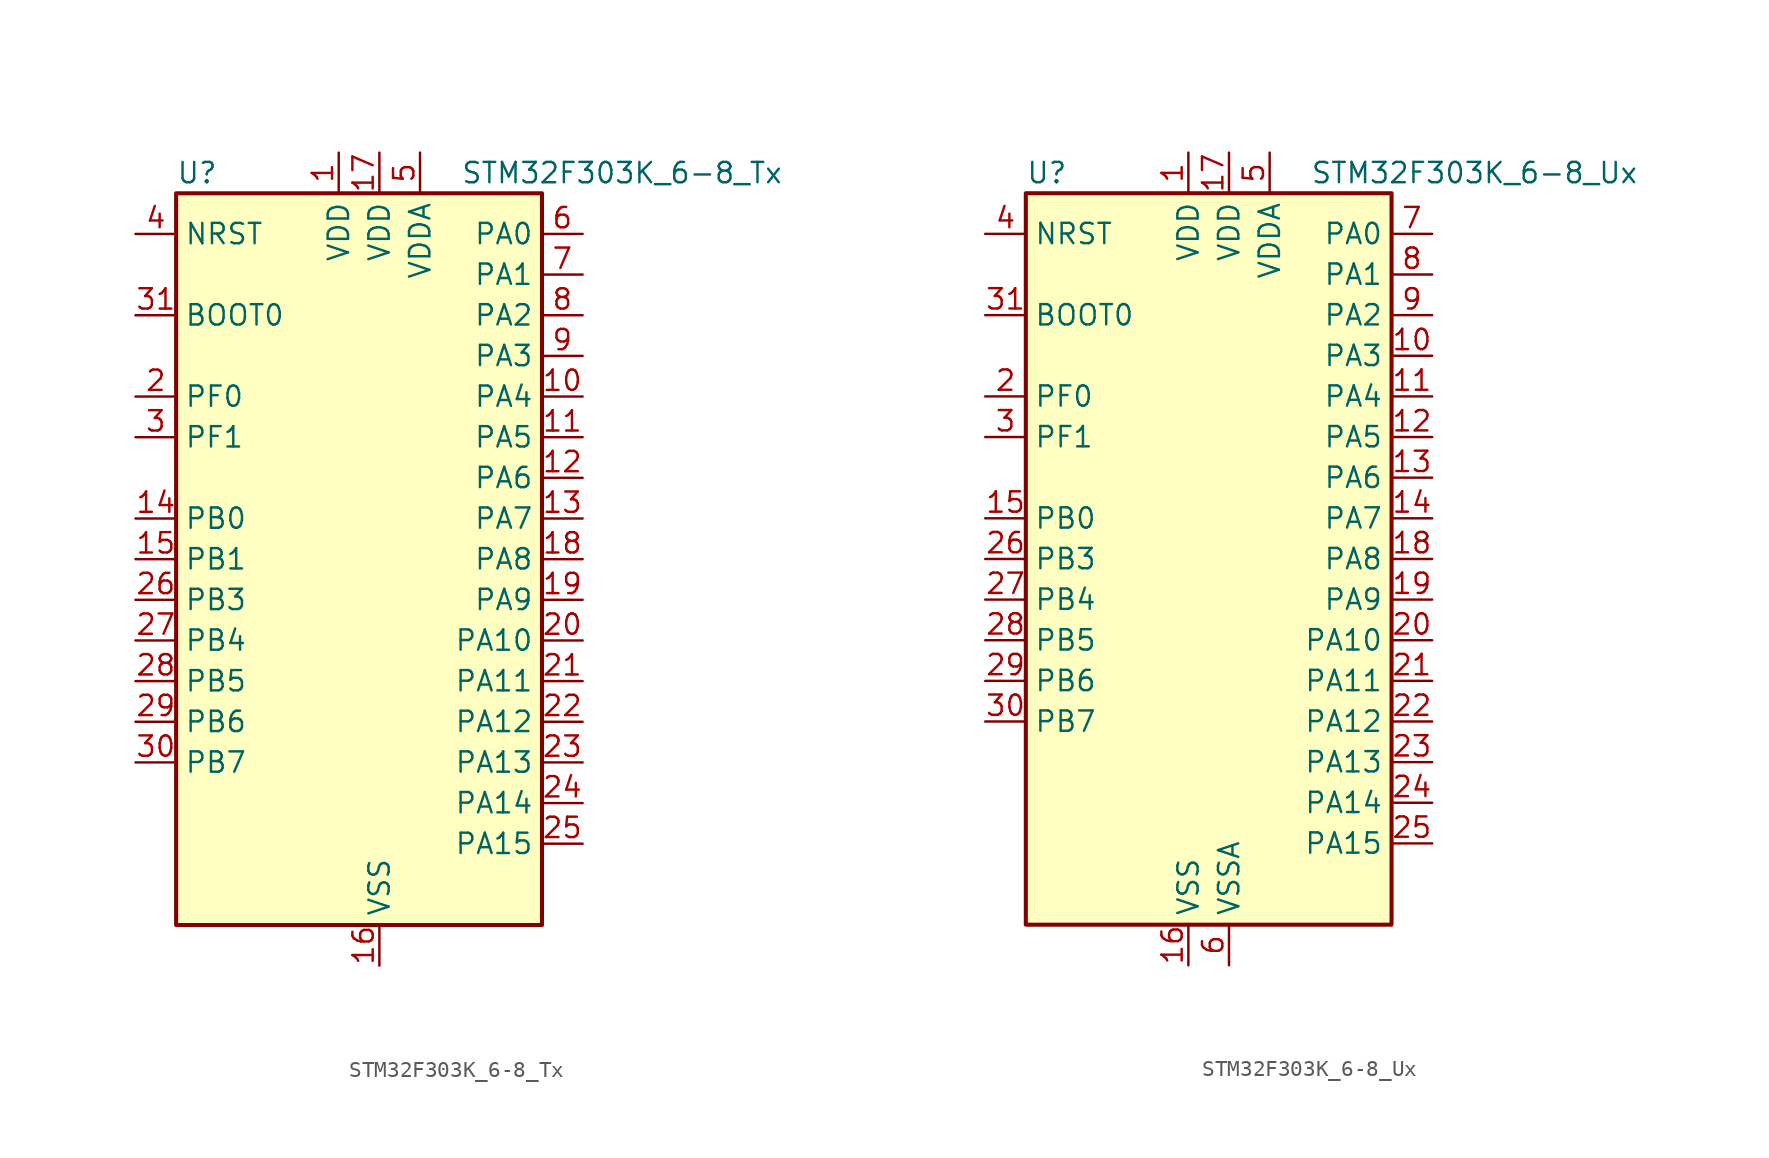
<source format=kicad_sym>
(kicad_symbol_lib
  (version 20231120)
  (generator "kicad_symbol_editor")
  (generator_version "8.0")
  (symbol "STM32F303K_6-8_Tx"
    (property "Reference" "U"
      (at -10.16 24.13 0)
      (effects (font (size 1.27 1.27)) (justify left)))
    (property "Value" "STM32F303K_6-8_Tx"
      (at 7.62 24.13 0)
      (effects (font (size 1.27 1.27)) (justify left)))
    (property "ki_locked" ""
      (at 0 0 0)
      (effects (font (size 1.27 1.27))))
    (symbol "STM32F303K_6-8_Tx_0_1"
      (rectangle (start -10.16 -22.86) (end 12.7 22.86) (stroke (width 0.254) (type default)) (fill (type background))))
    (symbol "STM32F303K_6-8_Tx_1_1"
      (pin power_in line (at 0 25.4 270) (length 2.54) (name "VDD" (effects (font (size 1.27 1.27)))) (number "1" (effects (font (size 1.27 1.27)))))
      (pin bidirectional line (at 15.24 10.16 180) (length 2.54) (name "PA4" (effects (font (size 1.27 1.27)))) (number "10" (effects (font (size 1.27 1.27)))) (alternate "ADC2_IN1" bidirectional line) (alternate "COMP2_INM" bidirectional line) (alternate "COMP4_INM" bidirectional line) (alternate "DAC1_OUT1" bidirectional line) (alternate "SPI1_NSS" bidirectional line) (alternate "TIM3_CH2" bidirectional line) (alternate "TSC_G2_IO1" bidirectional line) (alternate "USART2_CK" bidirectional line))
      (pin bidirectional line (at 15.24 7.62 180) (length 2.54) (name "PA5" (effects (font (size 1.27 1.27)))) (number "11" (effects (font (size 1.27 1.27)))) (alternate "ADC2_IN2" bidirectional line) (alternate "DAC1_OUT2" bidirectional line) (alternate "OPAMP2_VINM" bidirectional line) (alternate "OPAMP2_VINM_SEC" bidirectional line) (alternate "SPI1_SCK" bidirectional line) (alternate "TIM2_CH1" bidirectional line) (alternate "TIM2_ETR" bidirectional line) (alternate "TSC_G2_IO2" bidirectional line))
      (pin bidirectional line (at 15.24 5.08 180) (length 2.54) (name "PA6" (effects (font (size 1.27 1.27)))) (number "12" (effects (font (size 1.27 1.27)))) (alternate "ADC2_IN3" bidirectional line) (alternate "DAC2_OUT1" bidirectional line) (alternate "OPAMP2_VOUT" bidirectional line) (alternate "SPI1_MISO" bidirectional line) (alternate "TIM16_CH1" bidirectional line) (alternate "TIM1_BKIN" bidirectional line) (alternate "TIM3_CH1" bidirectional line) (alternate "TSC_G2_IO3" bidirectional line))
      (pin bidirectional line (at 15.24 2.54 180) (length 2.54) (name "PA7" (effects (font (size 1.27 1.27)))) (number "13" (effects (font (size 1.27 1.27)))) (alternate "ADC2_IN4" bidirectional line) (alternate "COMP2_INP" bidirectional line) (alternate "OPAMP2_VINP" bidirectional line) (alternate "OPAMP2_VINP_SEC" bidirectional line) (alternate "SPI1_MOSI" bidirectional line) (alternate "TIM17_CH1" bidirectional line) (alternate "TIM1_CH1N" bidirectional line) (alternate "TIM3_CH2" bidirectional line) (alternate "TSC_G2_IO4" bidirectional line))
      (pin bidirectional line (at -12.7 2.54 0) (length 2.54) (name "PB0" (effects (font (size 1.27 1.27)))) (number "14" (effects (font (size 1.27 1.27)))) (alternate "ADC1_IN11" bidirectional line) (alternate "COMP4_INP" bidirectional line) (alternate "OPAMP2_VINP" bidirectional line) (alternate "OPAMP2_VINP_SEC" bidirectional line) (alternate "TIM1_CH2N" bidirectional line) (alternate "TIM3_CH3" bidirectional line) (alternate "TSC_G3_IO2" bidirectional line))
      (pin bidirectional line (at -12.7 0 0) (length 2.54) (name "PB1" (effects (font (size 1.27 1.27)))) (number "15" (effects (font (size 1.27 1.27)))) (alternate "ADC1_IN12" bidirectional line) (alternate "COMP4_OUT" bidirectional line) (alternate "TIM1_CH3N" bidirectional line) (alternate "TIM3_CH4" bidirectional line) (alternate "TSC_G3_IO3" bidirectional line))
      (pin power_in line (at 2.54 -25.4 90) (length 2.54) (name "VSS" (effects (font (size 1.27 1.27)))) (number "16" (effects (font (size 1.27 1.27)))))
      (pin power_in line (at 2.54 25.4 270) (length 2.54) (name "VDD" (effects (font (size 1.27 1.27)))) (number "17" (effects (font (size 1.27 1.27)))))
      (pin bidirectional line (at 15.24 0 180) (length 2.54) (name "PA8" (effects (font (size 1.27 1.27)))) (number "18" (effects (font (size 1.27 1.27)))) (alternate "RCC_MCO" bidirectional line) (alternate "TIM1_CH1" bidirectional line) (alternate "USART1_CK" bidirectional line))
      (pin bidirectional line (at 15.24 -2.54 180) (length 2.54) (name "PA9" (effects (font (size 1.27 1.27)))) (number "19" (effects (font (size 1.27 1.27)))) (alternate "DAC1_EXTI9" bidirectional line) (alternate "DAC2_EXTI9" bidirectional line) (alternate "TIM15_BKIN" bidirectional line) (alternate "TIM1_CH2" bidirectional line) (alternate "TIM2_CH3" bidirectional line) (alternate "TSC_G4_IO1" bidirectional line) (alternate "USART1_TX" bidirectional line))
      (pin bidirectional line (at -12.7 10.16 0) (length 2.54) (name "PF0" (effects (font (size 1.27 1.27)))) (number "2" (effects (font (size 1.27 1.27)))) (alternate "RCC_OSC_IN" bidirectional line) (alternate "TIM1_CH3N" bidirectional line))
      (pin bidirectional line (at 15.24 -5.08 180) (length 2.54) (name "PA10" (effects (font (size 1.27 1.27)))) (number "20" (effects (font (size 1.27 1.27)))) (alternate "TIM17_BKIN" bidirectional line) (alternate "TIM1_CH3" bidirectional line) (alternate "TIM2_CH4" bidirectional line) (alternate "TSC_G4_IO2" bidirectional line) (alternate "USART1_RX" bidirectional line))
      (pin bidirectional line (at 15.24 -7.62 180) (length 2.54) (name "PA11" (effects (font (size 1.27 1.27)))) (number "21" (effects (font (size 1.27 1.27)))) (alternate "CAN_RX" bidirectional line) (alternate "TIM1_BKIN2" bidirectional line) (alternate "TIM1_CH1N" bidirectional line) (alternate "TIM1_CH4" bidirectional line) (alternate "USART1_CTS" bidirectional line))
      (pin bidirectional line (at 15.24 -10.16 180) (length 2.54) (name "PA12" (effects (font (size 1.27 1.27)))) (number "22" (effects (font (size 1.27 1.27)))) (alternate "CAN_TX" bidirectional line) (alternate "COMP2_OUT" bidirectional line) (alternate "TIM16_CH1" bidirectional line) (alternate "TIM1_CH2N" bidirectional line) (alternate "TIM1_ETR" bidirectional line) (alternate "USART1_DE" bidirectional line) (alternate "USART1_RTS" bidirectional line))
      (pin bidirectional line (at 15.24 -12.7 180) (length 2.54) (name "PA13" (effects (font (size 1.27 1.27)))) (number "23" (effects (font (size 1.27 1.27)))) (alternate "IR_OUT" bidirectional line) (alternate "SYS_JTMS-SWDIO" bidirectional line) (alternate "TIM16_CH1N" bidirectional line) (alternate "TSC_G4_IO3" bidirectional line))
      (pin bidirectional line (at 15.24 -15.24 180) (length 2.54) (name "PA14" (effects (font (size 1.27 1.27)))) (number "24" (effects (font (size 1.27 1.27)))) (alternate "I2C1_SDA" bidirectional line) (alternate "SYS_JTCK-SWCLK" bidirectional line) (alternate "TIM1_BKIN" bidirectional line) (alternate "TSC_G4_IO4" bidirectional line) (alternate "USART2_TX" bidirectional line))
      (pin bidirectional line (at 15.24 -17.78 180) (length 2.54) (name "PA15" (effects (font (size 1.27 1.27)))) (number "25" (effects (font (size 1.27 1.27)))) (alternate "I2C1_SCL" bidirectional line) (alternate "SPI1_NSS" bidirectional line) (alternate "SYS_JTDI" bidirectional line) (alternate "TIM1_BKIN" bidirectional line) (alternate "TIM2_CH1" bidirectional line) (alternate "TIM2_ETR" bidirectional line) (alternate "TSC_SYNC" bidirectional line) (alternate "USART2_RX" bidirectional line))
      (pin bidirectional line (at -12.7 -2.54 0) (length 2.54) (name "PB3" (effects (font (size 1.27 1.27)))) (number "26" (effects (font (size 1.27 1.27)))) (alternate "SPI1_SCK" bidirectional line) (alternate "SYS_JTDO-TRACESWO" bidirectional line) (alternate "TIM2_CH2" bidirectional line) (alternate "TIM3_ETR" bidirectional line) (alternate "TSC_G5_IO1" bidirectional line) (alternate "USART2_TX" bidirectional line))
      (pin bidirectional line (at -12.7 -5.08 0) (length 2.54) (name "PB4" (effects (font (size 1.27 1.27)))) (number "27" (effects (font (size 1.27 1.27)))) (alternate "SPI1_MISO" bidirectional line) (alternate "SYS_NJTRST" bidirectional line) (alternate "TIM16_CH1" bidirectional line) (alternate "TIM17_BKIN" bidirectional line) (alternate "TIM3_CH1" bidirectional line) (alternate "TSC_G5_IO2" bidirectional line) (alternate "USART2_RX" bidirectional line))
      (pin bidirectional line (at -12.7 -7.62 0) (length 2.54) (name "PB5" (effects (font (size 1.27 1.27)))) (number "28" (effects (font (size 1.27 1.27)))) (alternate "I2C1_SMBA" bidirectional line) (alternate "SPI1_MOSI" bidirectional line) (alternate "TIM16_BKIN" bidirectional line) (alternate "TIM17_CH1" bidirectional line) (alternate "TIM3_CH2" bidirectional line) (alternate "USART2_CK" bidirectional line))
      (pin bidirectional line (at -12.7 -10.16 0) (length 2.54) (name "PB6" (effects (font (size 1.27 1.27)))) (number "29" (effects (font (size 1.27 1.27)))) (alternate "I2C1_SCL" bidirectional line) (alternate "TIM16_CH1N" bidirectional line) (alternate "TSC_G5_IO3" bidirectional line) (alternate "USART1_TX" bidirectional line))
      (pin bidirectional line (at -12.7 7.62 0) (length 2.54) (name "PF1" (effects (font (size 1.27 1.27)))) (number "3" (effects (font (size 1.27 1.27)))) (alternate "RCC_OSC_OUT" bidirectional line))
      (pin bidirectional line (at -12.7 -12.7 0) (length 2.54) (name "PB7" (effects (font (size 1.27 1.27)))) (number "30" (effects (font (size 1.27 1.27)))) (alternate "I2C1_SDA" bidirectional line) (alternate "TIM17_CH1N" bidirectional line) (alternate "TIM3_CH4" bidirectional line) (alternate "TSC_G5_IO4" bidirectional line) (alternate "USART1_RX" bidirectional line))
      (pin input line (at -12.7 15.24 0) (length 2.54) (name "BOOT0" (effects (font (size 1.27 1.27)))) (number "31" (effects (font (size 1.27 1.27)))))
      (pin passive line (at 2.54 -25.4 90) (length 2.54) hide (name "VSS" (effects (font (size 1.27 1.27)))) (number "32" (effects (font (size 1.27 1.27)))))
      (pin input line (at -12.7 20.32 0) (length 2.54) (name "NRST" (effects (font (size 1.27 1.27)))) (number "4" (effects (font (size 1.27 1.27)))))
      (pin power_in line (at 5.08 25.4 270) (length 2.54) (name "VDDA" (effects (font (size 1.27 1.27)))) (number "5" (effects (font (size 1.27 1.27)))))
      (pin bidirectional line (at 15.24 20.32 180) (length 2.54) (name "PA0" (effects (font (size 1.27 1.27)))) (number "6" (effects (font (size 1.27 1.27)))) (alternate "ADC1_IN1" bidirectional line) (alternate "RTC_TAMP2" bidirectional line) (alternate "SYS_WKUP1" bidirectional line) (alternate "TIM2_CH1" bidirectional line) (alternate "TIM2_ETR" bidirectional line) (alternate "TSC_G1_IO1" bidirectional line) (alternate "USART2_CTS" bidirectional line))
      (pin bidirectional line (at 15.24 17.78 180) (length 2.54) (name "PA1" (effects (font (size 1.27 1.27)))) (number "7" (effects (font (size 1.27 1.27)))) (alternate "ADC1_IN2" bidirectional line) (alternate "RTC_REFIN" bidirectional line) (alternate "TIM15_CH1N" bidirectional line) (alternate "TIM2_CH2" bidirectional line) (alternate "TSC_G1_IO2" bidirectional line) (alternate "USART2_DE" bidirectional line) (alternate "USART2_RTS" bidirectional line))
      (pin bidirectional line (at 15.24 15.24 180) (length 2.54) (name "PA2" (effects (font (size 1.27 1.27)))) (number "8" (effects (font (size 1.27 1.27)))) (alternate "ADC1_IN3" bidirectional line) (alternate "COMP2_INM" bidirectional line) (alternate "COMP2_OUT" bidirectional line) (alternate "TIM15_CH1" bidirectional line) (alternate "TIM2_CH3" bidirectional line) (alternate "TSC_G1_IO3" bidirectional line) (alternate "USART2_TX" bidirectional line))
      (pin bidirectional line (at 15.24 12.7 180) (length 2.54) (name "PA3" (effects (font (size 1.27 1.27)))) (number "9" (effects (font (size 1.27 1.27)))) (alternate "ADC1_IN4" bidirectional line) (alternate "TIM15_CH2" bidirectional line) (alternate "TIM2_CH4" bidirectional line) (alternate "TSC_G1_IO4" bidirectional line) (alternate "USART2_RX" bidirectional line))))
  (symbol "STM32F303K_6-8_Ux"
    (property "Reference" "U"
      (at -10.16 24.13 0)
      (effects (font (size 1.27 1.27)) (justify left)))
    (property "Value" "STM32F303K_6-8_Ux"
      (at 7.62 24.13 0)
      (effects (font (size 1.27 1.27)) (justify left)))
    (property "ki_locked" ""
      (at 0 0 0)
      (effects (font (size 1.27 1.27))))
    (symbol "STM32F303K_6-8_Ux_0_1"
      (rectangle (start -10.16 -22.86) (end 12.7 22.86) (stroke (width 0.254) (type default)) (fill (type background))))
    (symbol "STM32F303K_6-8_Ux_1_1"
      (pin power_in line (at 0 25.4 270) (length 2.54) (name "VDD" (effects (font (size 1.27 1.27)))) (number "1" (effects (font (size 1.27 1.27)))))
      (pin bidirectional line (at 15.24 12.7 180) (length 2.54) (name "PA3" (effects (font (size 1.27 1.27)))) (number "10" (effects (font (size 1.27 1.27)))) (alternate "ADC1_IN4" bidirectional line) (alternate "TIM15_CH2" bidirectional line) (alternate "TIM2_CH4" bidirectional line) (alternate "TSC_G1_IO4" bidirectional line) (alternate "USART2_RX" bidirectional line))
      (pin bidirectional line (at 15.24 10.16 180) (length 2.54) (name "PA4" (effects (font (size 1.27 1.27)))) (number "11" (effects (font (size 1.27 1.27)))) (alternate "ADC2_IN1" bidirectional line) (alternate "COMP2_INM" bidirectional line) (alternate "COMP4_INM" bidirectional line) (alternate "DAC1_OUT1" bidirectional line) (alternate "SPI1_NSS" bidirectional line) (alternate "TIM3_CH2" bidirectional line) (alternate "TSC_G2_IO1" bidirectional line) (alternate "USART2_CK" bidirectional line))
      (pin bidirectional line (at 15.24 7.62 180) (length 2.54) (name "PA5" (effects (font (size 1.27 1.27)))) (number "12" (effects (font (size 1.27 1.27)))) (alternate "ADC2_IN2" bidirectional line) (alternate "DAC1_OUT2" bidirectional line) (alternate "OPAMP2_VINM" bidirectional line) (alternate "OPAMP2_VINM_SEC" bidirectional line) (alternate "SPI1_SCK" bidirectional line) (alternate "TIM2_CH1" bidirectional line) (alternate "TIM2_ETR" bidirectional line) (alternate "TSC_G2_IO2" bidirectional line))
      (pin bidirectional line (at 15.24 5.08 180) (length 2.54) (name "PA6" (effects (font (size 1.27 1.27)))) (number "13" (effects (font (size 1.27 1.27)))) (alternate "ADC2_IN3" bidirectional line) (alternate "DAC2_OUT1" bidirectional line) (alternate "OPAMP2_VOUT" bidirectional line) (alternate "SPI1_MISO" bidirectional line) (alternate "TIM16_CH1" bidirectional line) (alternate "TIM1_BKIN" bidirectional line) (alternate "TIM3_CH1" bidirectional line) (alternate "TSC_G2_IO3" bidirectional line))
      (pin bidirectional line (at 15.24 2.54 180) (length 2.54) (name "PA7" (effects (font (size 1.27 1.27)))) (number "14" (effects (font (size 1.27 1.27)))) (alternate "ADC2_IN4" bidirectional line) (alternate "COMP2_INP" bidirectional line) (alternate "OPAMP2_VINP" bidirectional line) (alternate "OPAMP2_VINP_SEC" bidirectional line) (alternate "SPI1_MOSI" bidirectional line) (alternate "TIM17_CH1" bidirectional line) (alternate "TIM1_CH1N" bidirectional line) (alternate "TIM3_CH2" bidirectional line) (alternate "TSC_G2_IO4" bidirectional line))
      (pin bidirectional line (at -12.7 2.54 0) (length 2.54) (name "PB0" (effects (font (size 1.27 1.27)))) (number "15" (effects (font (size 1.27 1.27)))) (alternate "ADC1_IN11" bidirectional line) (alternate "COMP4_INP" bidirectional line) (alternate "OPAMP2_VINP" bidirectional line) (alternate "OPAMP2_VINP_SEC" bidirectional line) (alternate "TIM1_CH2N" bidirectional line) (alternate "TIM3_CH3" bidirectional line) (alternate "TSC_G3_IO2" bidirectional line))
      (pin power_in line (at 0 -25.4 90) (length 2.54) (name "VSS" (effects (font (size 1.27 1.27)))) (number "16" (effects (font (size 1.27 1.27)))))
      (pin power_in line (at 2.54 25.4 270) (length 2.54) (name "VDD" (effects (font (size 1.27 1.27)))) (number "17" (effects (font (size 1.27 1.27)))))
      (pin bidirectional line (at 15.24 0 180) (length 2.54) (name "PA8" (effects (font (size 1.27 1.27)))) (number "18" (effects (font (size 1.27 1.27)))) (alternate "RCC_MCO" bidirectional line) (alternate "TIM1_CH1" bidirectional line) (alternate "USART1_CK" bidirectional line))
      (pin bidirectional line (at 15.24 -2.54 180) (length 2.54) (name "PA9" (effects (font (size 1.27 1.27)))) (number "19" (effects (font (size 1.27 1.27)))) (alternate "DAC1_EXTI9" bidirectional line) (alternate "DAC2_EXTI9" bidirectional line) (alternate "TIM15_BKIN" bidirectional line) (alternate "TIM1_CH2" bidirectional line) (alternate "TIM2_CH3" bidirectional line) (alternate "TSC_G4_IO1" bidirectional line) (alternate "USART1_TX" bidirectional line))
      (pin bidirectional line (at -12.7 10.16 0) (length 2.54) (name "PF0" (effects (font (size 1.27 1.27)))) (number "2" (effects (font (size 1.27 1.27)))) (alternate "RCC_OSC_IN" bidirectional line) (alternate "TIM1_CH3N" bidirectional line))
      (pin bidirectional line (at 15.24 -5.08 180) (length 2.54) (name "PA10" (effects (font (size 1.27 1.27)))) (number "20" (effects (font (size 1.27 1.27)))) (alternate "TIM17_BKIN" bidirectional line) (alternate "TIM1_CH3" bidirectional line) (alternate "TIM2_CH4" bidirectional line) (alternate "TSC_G4_IO2" bidirectional line) (alternate "USART1_RX" bidirectional line))
      (pin bidirectional line (at 15.24 -7.62 180) (length 2.54) (name "PA11" (effects (font (size 1.27 1.27)))) (number "21" (effects (font (size 1.27 1.27)))) (alternate "CAN_RX" bidirectional line) (alternate "TIM1_BKIN2" bidirectional line) (alternate "TIM1_CH1N" bidirectional line) (alternate "TIM1_CH4" bidirectional line) (alternate "USART1_CTS" bidirectional line))
      (pin bidirectional line (at 15.24 -10.16 180) (length 2.54) (name "PA12" (effects (font (size 1.27 1.27)))) (number "22" (effects (font (size 1.27 1.27)))) (alternate "CAN_TX" bidirectional line) (alternate "COMP2_OUT" bidirectional line) (alternate "TIM16_CH1" bidirectional line) (alternate "TIM1_CH2N" bidirectional line) (alternate "TIM1_ETR" bidirectional line) (alternate "USART1_DE" bidirectional line) (alternate "USART1_RTS" bidirectional line))
      (pin bidirectional line (at 15.24 -12.7 180) (length 2.54) (name "PA13" (effects (font (size 1.27 1.27)))) (number "23" (effects (font (size 1.27 1.27)))) (alternate "IR_OUT" bidirectional line) (alternate "SYS_JTMS-SWDIO" bidirectional line) (alternate "TIM16_CH1N" bidirectional line) (alternate "TSC_G4_IO3" bidirectional line))
      (pin bidirectional line (at 15.24 -15.24 180) (length 2.54) (name "PA14" (effects (font (size 1.27 1.27)))) (number "24" (effects (font (size 1.27 1.27)))) (alternate "I2C1_SDA" bidirectional line) (alternate "SYS_JTCK-SWCLK" bidirectional line) (alternate "TIM1_BKIN" bidirectional line) (alternate "TSC_G4_IO4" bidirectional line) (alternate "USART2_TX" bidirectional line))
      (pin bidirectional line (at 15.24 -17.78 180) (length 2.54) (name "PA15" (effects (font (size 1.27 1.27)))) (number "25" (effects (font (size 1.27 1.27)))) (alternate "I2C1_SCL" bidirectional line) (alternate "SPI1_NSS" bidirectional line) (alternate "SYS_JTDI" bidirectional line) (alternate "TIM1_BKIN" bidirectional line) (alternate "TIM2_CH1" bidirectional line) (alternate "TIM2_ETR" bidirectional line) (alternate "TSC_SYNC" bidirectional line) (alternate "USART2_RX" bidirectional line))
      (pin bidirectional line (at -12.7 0 0) (length 2.54) (name "PB3" (effects (font (size 1.27 1.27)))) (number "26" (effects (font (size 1.27 1.27)))) (alternate "SPI1_SCK" bidirectional line) (alternate "SYS_JTDO-TRACESWO" bidirectional line) (alternate "TIM2_CH2" bidirectional line) (alternate "TIM3_ETR" bidirectional line) (alternate "TSC_G5_IO1" bidirectional line) (alternate "USART2_TX" bidirectional line))
      (pin bidirectional line (at -12.7 -2.54 0) (length 2.54) (name "PB4" (effects (font (size 1.27 1.27)))) (number "27" (effects (font (size 1.27 1.27)))) (alternate "SPI1_MISO" bidirectional line) (alternate "SYS_NJTRST" bidirectional line) (alternate "TIM16_CH1" bidirectional line) (alternate "TIM17_BKIN" bidirectional line) (alternate "TIM3_CH1" bidirectional line) (alternate "TSC_G5_IO2" bidirectional line) (alternate "USART2_RX" bidirectional line))
      (pin bidirectional line (at -12.7 -5.08 0) (length 2.54) (name "PB5" (effects (font (size 1.27 1.27)))) (number "28" (effects (font (size 1.27 1.27)))) (alternate "I2C1_SMBA" bidirectional line) (alternate "SPI1_MOSI" bidirectional line) (alternate "TIM16_BKIN" bidirectional line) (alternate "TIM17_CH1" bidirectional line) (alternate "TIM3_CH2" bidirectional line) (alternate "USART2_CK" bidirectional line))
      (pin bidirectional line (at -12.7 -7.62 0) (length 2.54) (name "PB6" (effects (font (size 1.27 1.27)))) (number "29" (effects (font (size 1.27 1.27)))) (alternate "I2C1_SCL" bidirectional line) (alternate "TIM16_CH1N" bidirectional line) (alternate "TSC_G5_IO3" bidirectional line) (alternate "USART1_TX" bidirectional line))
      (pin bidirectional line (at -12.7 7.62 0) (length 2.54) (name "PF1" (effects (font (size 1.27 1.27)))) (number "3" (effects (font (size 1.27 1.27)))) (alternate "RCC_OSC_OUT" bidirectional line))
      (pin bidirectional line (at -12.7 -10.16 0) (length 2.54) (name "PB7" (effects (font (size 1.27 1.27)))) (number "30" (effects (font (size 1.27 1.27)))) (alternate "I2C1_SDA" bidirectional line) (alternate "TIM17_CH1N" bidirectional line) (alternate "TIM3_CH4" bidirectional line) (alternate "TSC_G5_IO4" bidirectional line) (alternate "USART1_RX" bidirectional line))
      (pin input line (at -12.7 15.24 0) (length 2.54) (name "BOOT0" (effects (font (size 1.27 1.27)))) (number "31" (effects (font (size 1.27 1.27)))))
      (pin passive line (at 0 -25.4 90) (length 2.54) hide (name "VSS" (effects (font (size 1.27 1.27)))) (number "32" (effects (font (size 1.27 1.27)))))
      (pin passive line (at 0 -25.4 90) (length 2.54) hide (name "VSS" (effects (font (size 1.27 1.27)))) (number "33" (effects (font (size 1.27 1.27)))))
      (pin input line (at -12.7 20.32 0) (length 2.54) (name "NRST" (effects (font (size 1.27 1.27)))) (number "4" (effects (font (size 1.27 1.27)))))
      (pin power_in line (at 5.08 25.4 270) (length 2.54) (name "VDDA" (effects (font (size 1.27 1.27)))) (number "5" (effects (font (size 1.27 1.27)))))
      (pin power_in line (at 2.54 -25.4 90) (length 2.54) (name "VSSA" (effects (font (size 1.27 1.27)))) (number "6" (effects (font (size 1.27 1.27)))))
      (pin bidirectional line (at 15.24 20.32 180) (length 2.54) (name "PA0" (effects (font (size 1.27 1.27)))) (number "7" (effects (font (size 1.27 1.27)))) (alternate "ADC1_IN1" bidirectional line) (alternate "RTC_TAMP2" bidirectional line) (alternate "SYS_WKUP1" bidirectional line) (alternate "TIM2_CH1" bidirectional line) (alternate "TIM2_ETR" bidirectional line) (alternate "TSC_G1_IO1" bidirectional line) (alternate "USART2_CTS" bidirectional line))
      (pin bidirectional line (at 15.24 17.78 180) (length 2.54) (name "PA1" (effects (font (size 1.27 1.27)))) (number "8" (effects (font (size 1.27 1.27)))) (alternate "ADC1_IN2" bidirectional line) (alternate "RTC_REFIN" bidirectional line) (alternate "TIM15_CH1N" bidirectional line) (alternate "TIM2_CH2" bidirectional line) (alternate "TSC_G1_IO2" bidirectional line) (alternate "USART2_DE" bidirectional line) (alternate "USART2_RTS" bidirectional line))
      (pin bidirectional line (at 15.24 15.24 180) (length 2.54) (name "PA2" (effects (font (size 1.27 1.27)))) (number "9" (effects (font (size 1.27 1.27)))) (alternate "ADC1_IN3" bidirectional line) (alternate "COMP2_INM" bidirectional line) (alternate "COMP2_OUT" bidirectional line) (alternate "TIM15_CH1" bidirectional line) (alternate "TIM2_CH3" bidirectional line) (alternate "TSC_G1_IO3" bidirectional line) (alternate "USART2_TX" bidirectional line)))))
</source>
